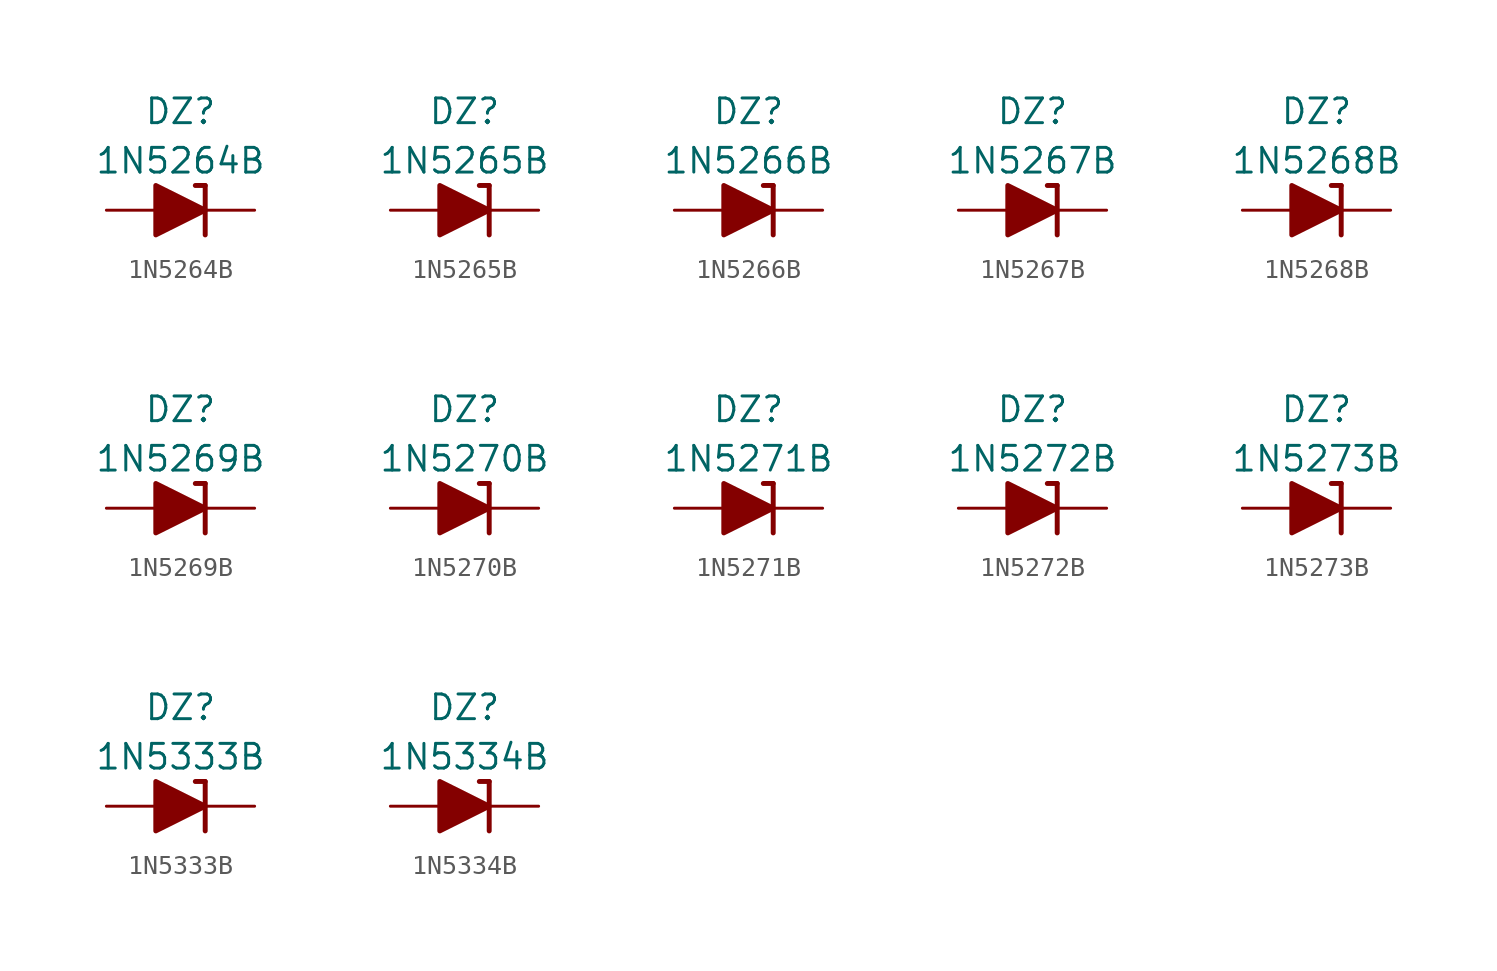
<source format=kicad_sym>
(kicad_symbol_lib
  (version 20201005)
  (generator kicad_symbol_editor)
  (symbol "Diode_Zener_AKL:1N5264B"
    (pin_numbers hide)
    (pin_names
      (offset 1.016) hide)
    (property "Reference" "DZ"
      (at 0 5.08 0)
      (effects (font (size 1.27 1.27))))
    (property "Value" "1N5264B"
      (at 0 2.54 0)
      (effects (font (size 1.27 1.27))))
    (symbol "1N5264B_0_1"
      (polyline (pts (xy -1.27 0) (xy 1.27 0)) (stroke (width 0)) (fill (type none)))
      (polyline (pts (xy 1.27 1.27) (xy 0.762 1.27)) (stroke (width 0.254)) (fill (type none)))
      (polyline (pts (xy 1.27 1.27) (xy 1.27 -1.27)) (stroke (width 0.254)) (fill (type none)))
      (polyline (pts (xy -1.27 -1.27) (xy -1.27 1.27) (xy 1.27 0) (xy -1.27 -1.27)) (stroke (width 0.254)) (fill (type outline))))
    (symbol "1N5264B_1_1"
      (pin passive line (at 3.81 0 180) (length 2.54) (name "K" (effects (font (size 1.27 1.27)))) (number "1" (effects (font (size 1.27 1.27)))))
      (pin passive line (at -3.81 0 0) (length 2.54) (name "A" (effects (font (size 1.27 1.27)))) (number "2" (effects (font (size 1.27 1.27)))))))
  (symbol "Diode_Zener_AKL:1N5265B"
    (pin_numbers hide)
    (pin_names
      (offset 1.016) hide)
    (property "Reference" "DZ"
      (at 0 5.08 0)
      (effects (font (size 1.27 1.27))))
    (property "Value" "1N5265B"
      (at 0 2.54 0)
      (effects (font (size 1.27 1.27))))
    (symbol "1N5265B_0_1"
      (polyline (pts (xy -1.27 0) (xy 1.27 0)) (stroke (width 0)) (fill (type none)))
      (polyline (pts (xy 1.27 1.27) (xy 0.762 1.27)) (stroke (width 0.254)) (fill (type none)))
      (polyline (pts (xy 1.27 1.27) (xy 1.27 -1.27)) (stroke (width 0.254)) (fill (type none)))
      (polyline (pts (xy -1.27 -1.27) (xy -1.27 1.27) (xy 1.27 0) (xy -1.27 -1.27)) (stroke (width 0.254)) (fill (type outline))))
    (symbol "1N5265B_1_1"
      (pin passive line (at 3.81 0 180) (length 2.54) (name "K" (effects (font (size 1.27 1.27)))) (number "1" (effects (font (size 1.27 1.27)))))
      (pin passive line (at -3.81 0 0) (length 2.54) (name "A" (effects (font (size 1.27 1.27)))) (number "2" (effects (font (size 1.27 1.27)))))))
  (symbol "Diode_Zener_AKL:1N5266B"
    (pin_numbers hide)
    (pin_names
      (offset 1.016) hide)
    (property "Reference" "DZ"
      (at 0 5.08 0)
      (effects (font (size 1.27 1.27))))
    (property "Value" "1N5266B"
      (at 0 2.54 0)
      (effects (font (size 1.27 1.27))))
    (symbol "1N5266B_0_1"
      (polyline (pts (xy -1.27 0) (xy 1.27 0)) (stroke (width 0)) (fill (type none)))
      (polyline (pts (xy 1.27 1.27) (xy 0.762 1.27)) (stroke (width 0.254)) (fill (type none)))
      (polyline (pts (xy 1.27 1.27) (xy 1.27 -1.27)) (stroke (width 0.254)) (fill (type none)))
      (polyline (pts (xy -1.27 -1.27) (xy -1.27 1.27) (xy 1.27 0) (xy -1.27 -1.27)) (stroke (width 0.254)) (fill (type outline))))
    (symbol "1N5266B_1_1"
      (pin passive line (at 3.81 0 180) (length 2.54) (name "K" (effects (font (size 1.27 1.27)))) (number "1" (effects (font (size 1.27 1.27)))))
      (pin passive line (at -3.81 0 0) (length 2.54) (name "A" (effects (font (size 1.27 1.27)))) (number "2" (effects (font (size 1.27 1.27)))))))
  (symbol "Diode_Zener_AKL:1N5267B"
    (pin_numbers hide)
    (pin_names
      (offset 1.016) hide)
    (property "Reference" "DZ"
      (at 0 5.08 0)
      (effects (font (size 1.27 1.27))))
    (property "Value" "1N5267B"
      (at 0 2.54 0)
      (effects (font (size 1.27 1.27))))
    (symbol "1N5267B_0_1"
      (polyline (pts (xy -1.27 0) (xy 1.27 0)) (stroke (width 0)) (fill (type none)))
      (polyline (pts (xy 1.27 1.27) (xy 0.762 1.27)) (stroke (width 0.254)) (fill (type none)))
      (polyline (pts (xy 1.27 1.27) (xy 1.27 -1.27)) (stroke (width 0.254)) (fill (type none)))
      (polyline (pts (xy -1.27 -1.27) (xy -1.27 1.27) (xy 1.27 0) (xy -1.27 -1.27)) (stroke (width 0.254)) (fill (type outline))))
    (symbol "1N5267B_1_1"
      (pin passive line (at 3.81 0 180) (length 2.54) (name "K" (effects (font (size 1.27 1.27)))) (number "1" (effects (font (size 1.27 1.27)))))
      (pin passive line (at -3.81 0 0) (length 2.54) (name "A" (effects (font (size 1.27 1.27)))) (number "2" (effects (font (size 1.27 1.27)))))))
  (symbol "Diode_Zener_AKL:1N5268B"
    (pin_numbers hide)
    (pin_names
      (offset 1.016) hide)
    (property "Reference" "DZ"
      (at 0 5.08 0)
      (effects (font (size 1.27 1.27))))
    (property "Value" "1N5268B"
      (at 0 2.54 0)
      (effects (font (size 1.27 1.27))))
    (symbol "1N5268B_0_1"
      (polyline (pts (xy -1.27 0) (xy 1.27 0)) (stroke (width 0)) (fill (type none)))
      (polyline (pts (xy 1.27 1.27) (xy 0.762 1.27)) (stroke (width 0.254)) (fill (type none)))
      (polyline (pts (xy 1.27 1.27) (xy 1.27 -1.27)) (stroke (width 0.254)) (fill (type none)))
      (polyline (pts (xy -1.27 -1.27) (xy -1.27 1.27) (xy 1.27 0) (xy -1.27 -1.27)) (stroke (width 0.254)) (fill (type outline))))
    (symbol "1N5268B_1_1"
      (pin passive line (at 3.81 0 180) (length 2.54) (name "K" (effects (font (size 1.27 1.27)))) (number "1" (effects (font (size 1.27 1.27)))))
      (pin passive line (at -3.81 0 0) (length 2.54) (name "A" (effects (font (size 1.27 1.27)))) (number "2" (effects (font (size 1.27 1.27)))))))
  (symbol "Diode_Zener_AKL:1N5269B"
    (pin_numbers hide)
    (pin_names
      (offset 1.016) hide)
    (property "Reference" "DZ"
      (at 0 5.08 0)
      (effects (font (size 1.27 1.27))))
    (property "Value" "1N5269B"
      (at 0 2.54 0)
      (effects (font (size 1.27 1.27))))
    (symbol "1N5269B_0_1"
      (polyline (pts (xy -1.27 0) (xy 1.27 0)) (stroke (width 0)) (fill (type none)))
      (polyline (pts (xy 1.27 1.27) (xy 0.762 1.27)) (stroke (width 0.254)) (fill (type none)))
      (polyline (pts (xy 1.27 1.27) (xy 1.27 -1.27)) (stroke (width 0.254)) (fill (type none)))
      (polyline (pts (xy -1.27 -1.27) (xy -1.27 1.27) (xy 1.27 0) (xy -1.27 -1.27)) (stroke (width 0.254)) (fill (type outline))))
    (symbol "1N5269B_1_1"
      (pin passive line (at 3.81 0 180) (length 2.54) (name "K" (effects (font (size 1.27 1.27)))) (number "1" (effects (font (size 1.27 1.27)))))
      (pin passive line (at -3.81 0 0) (length 2.54) (name "A" (effects (font (size 1.27 1.27)))) (number "2" (effects (font (size 1.27 1.27)))))))
  (symbol "Diode_Zener_AKL:1N5270B"
    (pin_numbers hide)
    (pin_names
      (offset 1.016) hide)
    (property "Reference" "DZ"
      (at 0 5.08 0)
      (effects (font (size 1.27 1.27))))
    (property "Value" "1N5270B"
      (at 0 2.54 0)
      (effects (font (size 1.27 1.27))))
    (symbol "1N5270B_0_1"
      (polyline (pts (xy -1.27 0) (xy 1.27 0)) (stroke (width 0)) (fill (type none)))
      (polyline (pts (xy 1.27 1.27) (xy 0.762 1.27)) (stroke (width 0.254)) (fill (type none)))
      (polyline (pts (xy 1.27 1.27) (xy 1.27 -1.27)) (stroke (width 0.254)) (fill (type none)))
      (polyline (pts (xy -1.27 -1.27) (xy -1.27 1.27) (xy 1.27 0) (xy -1.27 -1.27)) (stroke (width 0.254)) (fill (type outline))))
    (symbol "1N5270B_1_1"
      (pin passive line (at 3.81 0 180) (length 2.54) (name "K" (effects (font (size 1.27 1.27)))) (number "1" (effects (font (size 1.27 1.27)))))
      (pin passive line (at -3.81 0 0) (length 2.54) (name "A" (effects (font (size 1.27 1.27)))) (number "2" (effects (font (size 1.27 1.27)))))))
  (symbol "Diode_Zener_AKL:1N5271B"
    (pin_numbers hide)
    (pin_names
      (offset 1.016) hide)
    (property "Reference" "DZ"
      (at 0 5.08 0)
      (effects (font (size 1.27 1.27))))
    (property "Value" "1N5271B"
      (at 0 2.54 0)
      (effects (font (size 1.27 1.27))))
    (symbol "1N5271B_0_1"
      (polyline (pts (xy -1.27 0) (xy 1.27 0)) (stroke (width 0)) (fill (type none)))
      (polyline (pts (xy 1.27 1.27) (xy 0.762 1.27)) (stroke (width 0.254)) (fill (type none)))
      (polyline (pts (xy 1.27 1.27) (xy 1.27 -1.27)) (stroke (width 0.254)) (fill (type none)))
      (polyline (pts (xy -1.27 -1.27) (xy -1.27 1.27) (xy 1.27 0) (xy -1.27 -1.27)) (stroke (width 0.254)) (fill (type outline))))
    (symbol "1N5271B_1_1"
      (pin passive line (at 3.81 0 180) (length 2.54) (name "K" (effects (font (size 1.27 1.27)))) (number "1" (effects (font (size 1.27 1.27)))))
      (pin passive line (at -3.81 0 0) (length 2.54) (name "A" (effects (font (size 1.27 1.27)))) (number "2" (effects (font (size 1.27 1.27)))))))
  (symbol "Diode_Zener_AKL:1N5272B"
    (pin_numbers hide)
    (pin_names
      (offset 1.016) hide)
    (property "Reference" "DZ"
      (at 0 5.08 0)
      (effects (font (size 1.27 1.27))))
    (property "Value" "1N5272B"
      (at 0 2.54 0)
      (effects (font (size 1.27 1.27))))
    (symbol "1N5272B_0_1"
      (polyline (pts (xy -1.27 0) (xy 1.27 0)) (stroke (width 0)) (fill (type none)))
      (polyline (pts (xy 1.27 1.27) (xy 0.762 1.27)) (stroke (width 0.254)) (fill (type none)))
      (polyline (pts (xy 1.27 1.27) (xy 1.27 -1.27)) (stroke (width 0.254)) (fill (type none)))
      (polyline (pts (xy -1.27 -1.27) (xy -1.27 1.27) (xy 1.27 0) (xy -1.27 -1.27)) (stroke (width 0.254)) (fill (type outline))))
    (symbol "1N5272B_1_1"
      (pin passive line (at 3.81 0 180) (length 2.54) (name "K" (effects (font (size 1.27 1.27)))) (number "1" (effects (font (size 1.27 1.27)))))
      (pin passive line (at -3.81 0 0) (length 2.54) (name "A" (effects (font (size 1.27 1.27)))) (number "2" (effects (font (size 1.27 1.27)))))))
  (symbol "Diode_Zener_AKL:1N5273B"
    (pin_numbers hide)
    (pin_names
      (offset 1.016) hide)
    (property "Reference" "DZ"
      (at 0 5.08 0)
      (effects (font (size 1.27 1.27))))
    (property "Value" "1N5273B"
      (at 0 2.54 0)
      (effects (font (size 1.27 1.27))))
    (symbol "1N5273B_0_1"
      (polyline (pts (xy -1.27 0) (xy 1.27 0)) (stroke (width 0)) (fill (type none)))
      (polyline (pts (xy 1.27 1.27) (xy 0.762 1.27)) (stroke (width 0.254)) (fill (type none)))
      (polyline (pts (xy 1.27 1.27) (xy 1.27 -1.27)) (stroke (width 0.254)) (fill (type none)))
      (polyline (pts (xy -1.27 -1.27) (xy -1.27 1.27) (xy 1.27 0) (xy -1.27 -1.27)) (stroke (width 0.254)) (fill (type outline))))
    (symbol "1N5273B_1_1"
      (pin passive line (at 3.81 0 180) (length 2.54) (name "K" (effects (font (size 1.27 1.27)))) (number "1" (effects (font (size 1.27 1.27)))))
      (pin passive line (at -3.81 0 0) (length 2.54) (name "A" (effects (font (size 1.27 1.27)))) (number "2" (effects (font (size 1.27 1.27)))))))
  (symbol "Diode_Zener_AKL:1N5333B"
    (pin_numbers hide)
    (pin_names
      (offset 1.016) hide)
    (property "Reference" "DZ"
      (at 0 5.08 0)
      (effects (font (size 1.27 1.27))))
    (property "Value" "1N5333B"
      (at 0 2.54 0)
      (effects (font (size 1.27 1.27))))
    (symbol "1N5333B_0_1"
      (polyline (pts (xy -1.27 0) (xy 1.27 0)) (stroke (width 0)) (fill (type none)))
      (polyline (pts (xy 1.27 1.27) (xy 0.762 1.27)) (stroke (width 0.254)) (fill (type none)))
      (polyline (pts (xy 1.27 1.27) (xy 1.27 -1.27)) (stroke (width 0.254)) (fill (type none)))
      (polyline (pts (xy -1.27 -1.27) (xy -1.27 1.27) (xy 1.27 0) (xy -1.27 -1.27)) (stroke (width 0.254)) (fill (type outline))))
    (symbol "1N5333B_1_1"
      (pin passive line (at 3.81 0 180) (length 2.54) (name "K" (effects (font (size 1.27 1.27)))) (number "1" (effects (font (size 1.27 1.27)))))
      (pin passive line (at -3.81 0 0) (length 2.54) (name "A" (effects (font (size 1.27 1.27)))) (number "2" (effects (font (size 1.27 1.27)))))))
  (symbol "Diode_Zener_AKL:1N5334B"
    (pin_numbers hide)
    (pin_names
      (offset 1.016) hide)
    (property "Reference" "DZ"
      (at 0 5.08 0)
      (effects (font (size 1.27 1.27))))
    (property "Value" "1N5334B"
      (at 0 2.54 0)
      (effects (font (size 1.27 1.27))))
    (symbol "1N5334B_0_1"
      (polyline (pts (xy -1.27 0) (xy 1.27 0)) (stroke (width 0)) (fill (type none)))
      (polyline (pts (xy 1.27 1.27) (xy 0.762 1.27)) (stroke (width 0.254)) (fill (type none)))
      (polyline (pts (xy 1.27 1.27) (xy 1.27 -1.27)) (stroke (width 0.254)) (fill (type none)))
      (polyline (pts (xy -1.27 -1.27) (xy -1.27 1.27) (xy 1.27 0) (xy -1.27 -1.27)) (stroke (width 0.254)) (fill (type outline))))
    (symbol "1N5334B_1_1"
      (pin passive line (at 3.81 0 180) (length 2.54) (name "K" (effects (font (size 1.27 1.27)))) (number "1" (effects (font (size 1.27 1.27)))))
      (pin passive line (at -3.81 0 0) (length 2.54) (name "A" (effects (font (size 1.27 1.27)))) (number "2" (effects (font (size 1.27 1.27))))))))
</source>
